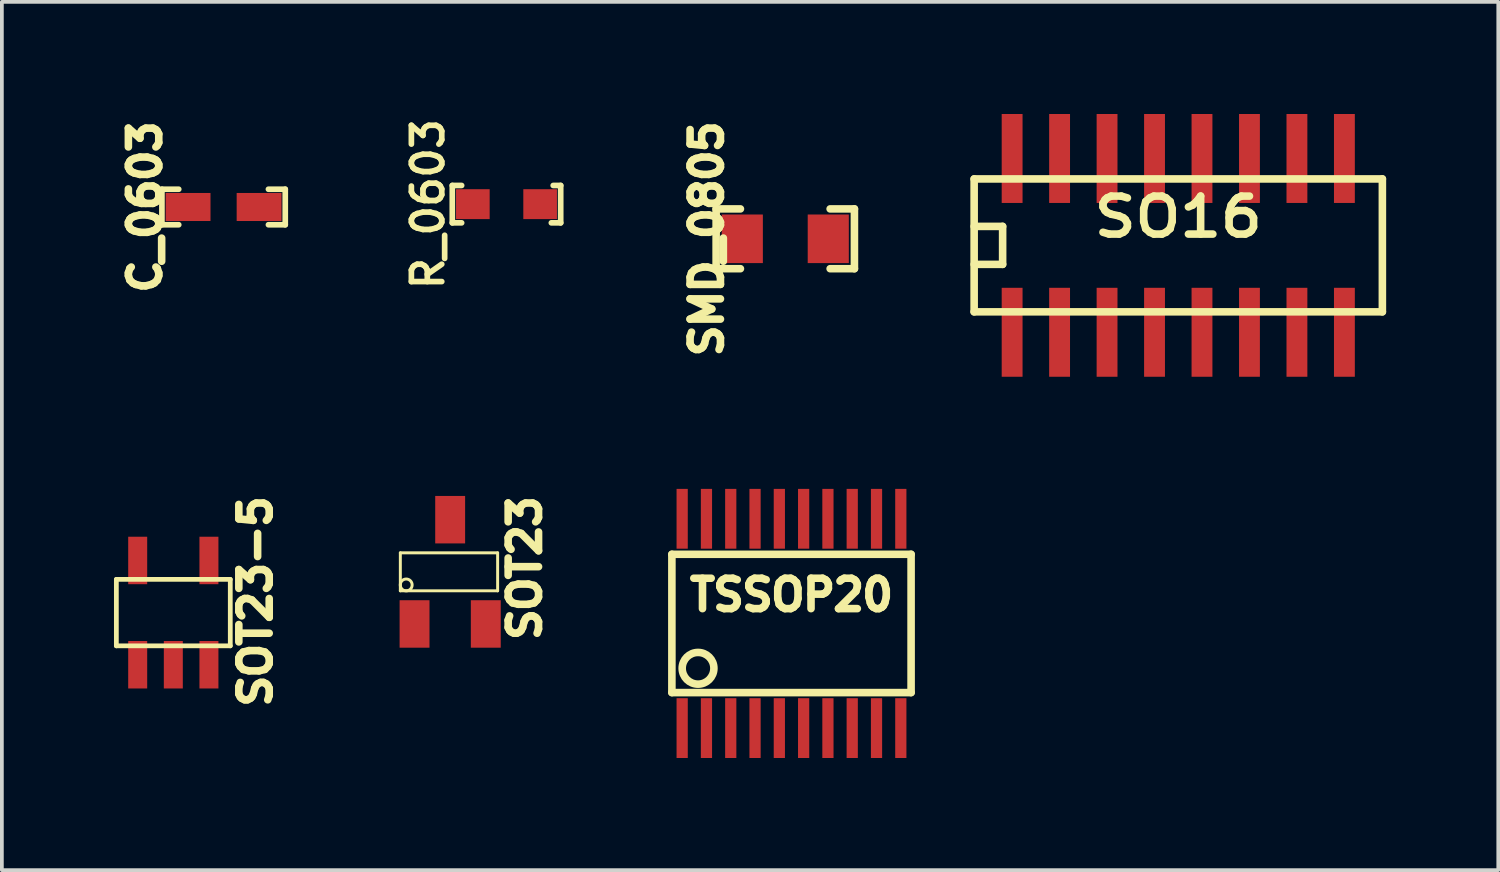
<source format=kicad_pcb>
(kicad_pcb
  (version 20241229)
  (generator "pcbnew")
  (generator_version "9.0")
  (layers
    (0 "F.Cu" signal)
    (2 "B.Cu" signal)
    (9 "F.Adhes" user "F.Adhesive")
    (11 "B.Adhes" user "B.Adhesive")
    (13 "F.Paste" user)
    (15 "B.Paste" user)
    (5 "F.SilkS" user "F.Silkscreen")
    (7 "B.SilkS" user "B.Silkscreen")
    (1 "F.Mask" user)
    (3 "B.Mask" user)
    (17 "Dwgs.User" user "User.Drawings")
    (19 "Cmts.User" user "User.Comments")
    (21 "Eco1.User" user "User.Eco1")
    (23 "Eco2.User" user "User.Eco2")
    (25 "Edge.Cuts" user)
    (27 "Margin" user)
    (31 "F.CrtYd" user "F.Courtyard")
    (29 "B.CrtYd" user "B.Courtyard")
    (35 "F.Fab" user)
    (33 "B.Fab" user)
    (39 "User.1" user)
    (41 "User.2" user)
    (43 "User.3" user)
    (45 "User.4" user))
  (footprint "TSSOP20"
    (layer "F.Cu")
    (at 18.126 13.63)
    (property "Reference" "TSSOP20" (at 0 -0.762 0) (layer "F.SilkS") (effects (font (size 0.813 0.813) (thickness 0.203))))
    (attr smd)
    (fp_line (start -3.2 -1.85) (end 3.2 -1.85) (stroke (width 0.203) (type solid)) (layer "F.SilkS"))
    (fp_line (start -3.2 1.85) (end -3.2 -1.85) (stroke (width 0.203) (type solid)) (layer "F.SilkS"))
    (fp_line (start 3.2 -1.85) (end 3.2 1.85) (stroke (width 0.203) (type solid)) (layer "F.SilkS"))
    (fp_line (start 3.2 1.85) (end -3.2 1.85) (stroke (width 0.203) (type solid)) (layer "F.SilkS"))
    (fp_circle (center -2.5 1.2) (end -2.8 1.5) (stroke (width 0.203) (type solid)) (fill no) (layer "F.SilkS"))
    (pad "1" smd rect (at -2.925 2.8) (size 0.3 1.6) (layers "F.Cu" "F.Mask" "F.Paste"))
    (pad "2" smd rect (at -2.275 2.8) (size 0.3 1.6) (layers "F.Cu" "F.Mask" "F.Paste"))
    (pad "3" smd rect (at -1.625 2.8) (size 0.3 1.6) (layers "F.Cu" "F.Mask" "F.Paste"))
    (pad "4" smd rect (at -0.975 2.8) (size 0.3 1.6) (layers "F.Cu" "F.Mask" "F.Paste"))
    (pad "5" smd rect (at -0.325 2.8) (size 0.3 1.6) (layers "F.Cu" "F.Mask" "F.Paste"))
    (pad "6" smd rect (at 0.325 2.8) (size 0.3 1.6) (layers "F.Cu" "F.Mask" "F.Paste"))
    (pad "7" smd rect (at 0.975 2.8) (size 0.3 1.6) (layers "F.Cu" "F.Mask" "F.Paste"))
    (pad "8" smd rect (at 1.625 2.8) (size 0.3 1.6) (layers "F.Cu" "F.Mask" "F.Paste"))
    (pad "9" smd rect (at 2.275 2.8) (size 0.3 1.6) (layers "F.Cu" "F.Mask" "F.Paste"))
    (pad "10" smd rect (at 2.925 2.8) (size 0.3 1.6) (layers "F.Cu" "F.Mask" "F.Paste"))
    (pad "11" smd rect (at 2.925 -2.8) (size 0.3 1.6) (layers "F.Cu" "F.Mask" "F.Paste"))
    (pad "12" smd rect (at 2.275 -2.8) (size 0.3 1.6) (layers "F.Cu" "F.Mask" "F.Paste"))
    (pad "13" smd rect (at 1.625 -2.8) (size 0.3 1.6) (layers "F.Cu" "F.Mask" "F.Paste"))
    (pad "14" smd rect (at 0.975 -2.8) (size 0.3 1.6) (layers "F.Cu" "F.Mask" "F.Paste"))
    (pad "15" smd rect (at 0.325 -2.8) (size 0.3 1.6) (layers "F.Cu" "F.Mask" "F.Paste"))
    (pad "16" smd rect (at -0.325 -2.8) (size 0.3 1.6) (layers "F.Cu" "F.Mask" "F.Paste"))
    (pad "17" smd rect (at -0.975 -2.8) (size 0.3 1.6) (layers "F.Cu" "F.Mask" "F.Paste"))
    (pad "18" smd rect (at -1.625 -2.8) (size 0.3 1.6) (layers "F.Cu" "F.Mask" "F.Paste"))
    (pad "19" smd rect (at -2.275 -2.8) (size 0.3 1.6) (layers "F.Cu" "F.Mask" "F.Paste"))
    (pad "20" smd rect (at -2.925 -2.8) (size 0.3 1.6) (layers "F.Cu" "F.Mask" "F.Paste")))
  (footprint "SO16"
    (layer "F.Cu")
    (at 28.474 3.515)
    (property "Reference" "SO16" (at 0 -0.762 0) (layer "F.SilkS") (effects (font (size 1.016 1.143) (thickness 0.203))))
    (attr smd)
    (fp_line (start -5.461 -1.778) (end 5.461 -1.778) (stroke (width 0.203) (type solid)) (layer "F.SilkS"))
    (fp_line (start -5.461 -0.508) (end -4.699 -0.508) (stroke (width 0.203) (type solid)) (layer "F.SilkS"))
    (fp_line (start -5.461 1.778) (end -5.461 -1.778) (stroke (width 0.203) (type solid)) (layer "F.SilkS"))
    (fp_line (start -4.699 -0.508) (end -4.699 0.508) (stroke (width 0.203) (type solid)) (layer "F.SilkS"))
    (fp_line (start -4.699 0.508) (end -5.461 0.508) (stroke (width 0.203) (type solid)) (layer "F.SilkS"))
    (fp_line (start 5.461 -1.778) (end 5.461 1.778) (stroke (width 0.203) (type solid)) (layer "F.SilkS"))
    (fp_line (start 5.461 1.778) (end -5.461 1.778) (stroke (width 0.203) (type solid)) (layer "F.SilkS"))
    (pad "1" smd rect (at -4.445 2.325) (size 0.558 2.38) (layers "F.Cu" "F.Mask" "F.Paste"))
    (pad "2" smd rect (at -3.175 2.325) (size 0.558 2.38) (layers "F.Cu" "F.Mask" "F.Paste"))
    (pad "3" smd rect (at -1.905 2.325) (size 0.558 2.38) (layers "F.Cu" "F.Mask" "F.Paste"))
    (pad "4" smd rect (at -0.635 2.325) (size 0.558 2.38) (layers "F.Cu" "F.Mask" "F.Paste"))
    (pad "5" smd rect (at 0.635 2.325) (size 0.558 2.38) (layers "F.Cu" "F.Mask" "F.Paste"))
    (pad "6" smd rect (at 1.905 2.325) (size 0.558 2.38) (layers "F.Cu" "F.Mask" "F.Paste"))
    (pad "7" smd rect (at 3.175 2.325) (size 0.558 2.38) (layers "F.Cu" "F.Mask" "F.Paste"))
    (pad "8" smd rect (at 4.445 2.325) (size 0.558 2.38) (layers "F.Cu" "F.Mask" "F.Paste"))
    (pad "9" smd rect (at 4.445 -2.325) (size 0.558 2.38) (layers "F.Cu" "F.Mask" "F.Paste"))
    (pad "10" smd rect (at 3.175 -2.325) (size 0.558 2.38) (layers "F.Cu" "F.Mask" "F.Paste"))
    (pad "11" smd rect (at 1.905 -2.325) (size 0.558 2.38) (layers "F.Cu" "F.Mask" "F.Paste"))
    (pad "12" smd rect (at 0.635 -2.325) (size 0.558 2.38) (layers "F.Cu" "F.Mask" "F.Paste"))
    (pad "13" smd rect (at -0.635 -2.325) (size 0.558 2.38) (layers "F.Cu" "F.Mask" "F.Paste"))
    (pad "14" smd rect (at -1.905 -2.325) (size 0.558 2.38) (layers "F.Cu" "F.Mask" "F.Paste"))
    (pad "15" smd rect (at -3.175 -2.325) (size 0.558 2.38) (layers "F.Cu" "F.Mask" "F.Paste"))
    (pad "16" smd rect (at -4.445 -2.325) (size 0.558 2.38) (layers "F.Cu" "F.Mask" "F.Paste")))
  (footprint "SMD_0805"
    (layer "F.Cu")
    (at 17.96 3.339)
    (property "Reference" "SMD_0805" (at -2.1 0 90) (layer "F.SilkS") (effects (font (size 0.813 0.813) (thickness 0.203))))
    (attr through_hole)
    (fp_line (start -1.85 -0.8) (end -1.85 0.8) (stroke (width 0.203) (type solid)) (layer "F.SilkS"))
    (fp_line (start -1.85 0.8) (end -1.2 0.8) (stroke (width 0.203) (type solid)) (layer "F.SilkS"))
    (fp_line (start -1.2 -0.8) (end -1.85 -0.8) (stroke (width 0.203) (type solid)) (layer "F.SilkS"))
    (fp_line (start 1.2 0.8) (end 1.85 0.8) (stroke (width 0.203) (type solid)) (layer "F.SilkS"))
    (fp_line (start 1.85 -0.8) (end 1.2 -0.8) (stroke (width 0.203) (type solid)) (layer "F.SilkS"))
    (fp_line (start 1.85 0.8) (end 1.85 -0.8) (stroke (width 0.203) (type solid)) (layer "F.SilkS"))
    (pad "1" smd rect (at -1.15 0) (size 1.1 1.3) (layers "F.Cu" "F.Mask" "F.Paste"))
    (pad "2" smd rect (at 1.15 0) (size 1.1 1.3) (layers "F.Cu" "F.Mask" "F.Paste")))
  (footprint "SOT23-5"
    (layer "F.Cu")
    (at 1.587 13.34)
    (property "Reference" "SOT23-5" (at 2.2 -0.3 90) (layer "F.SilkS") (effects (font (size 0.813 0.813) (thickness 0.203))))
    (attr smd)
    (fp_line (start -1.524 -0.889) (end 1.524 -0.889) (stroke (width 0.127) (type solid)) (layer "F.SilkS"))
    (fp_line (start -1.524 0.889) (end -1.524 -0.889) (stroke (width 0.127) (type solid)) (layer "F.SilkS"))
    (fp_line (start 1.524 -0.889) (end 1.524 0.889) (stroke (width 0.127) (type solid)) (layer "F.SilkS"))
    (fp_line (start 1.524 0.889) (end -1.524 0.889) (stroke (width 0.127) (type solid)) (layer "F.SilkS"))
    (pad "1" smd rect (at -0.953 1.395) (size 0.508 1.27) (layers "F.Cu" "F.Mask" "F.Paste"))
    (pad "2" smd rect (at 0 1.395) (size 0.508 1.27) (layers "F.Cu" "F.Mask" "F.Paste"))
    (pad "3" smd rect (at 0.953 1.395) (size 0.508 1.27) (layers "F.Cu" "F.Mask" "F.Paste"))
    (pad "4" smd rect (at 0.953 -1.395) (size 0.508 1.27) (layers "F.Cu" "F.Mask" "F.Paste"))
    (pad "5" smd rect (at -0.953 -1.395) (size 0.508 1.27) (layers "F.Cu" "F.Mask" "F.Paste")))
  (footprint "SOT23"
    (layer "F.Cu")
    (at 8.994 12.249)
    (property "Reference" "SOT23" (at 1.999 -0.099 90) (layer "F.SilkS") (effects (font (size 0.813 0.813) (thickness 0.203))))
    (attr through_hole)
    (fp_line (start -1.333 -0.508) (end -1.333 0.508) (stroke (width 0.079) (type solid)) (layer "F.SilkS"))
    (fp_line (start -1.333 -0.508) (end 1.27 -0.508) (stroke (width 0.079) (type solid)) (layer "F.SilkS"))
    (fp_line (start 1.27 -0.508) (end 1.27 0.508) (stroke (width 0.079) (type solid)) (layer "F.SilkS"))
    (fp_line (start 1.27 0.508) (end -1.333 0.508) (stroke (width 0.079) (type solid)) (layer "F.SilkS"))
    (fp_circle (center -1.176 0.351) (end -1.3 0.45) (stroke (width 0.079) (type solid)) (fill no) (layer "F.SilkS"))
    (pad "1" smd rect (at -0.953 1.395) (size 0.8 1.27) (layers "F.Cu" "F.Mask" "F.Paste"))
    (pad "2" smd rect (at 0.953 1.395) (size 0.8 1.27) (layers "F.Cu" "F.Mask" "F.Paste"))
    (pad "3" smd rect (at 0 -1.395) (size 0.8 1.27) (layers "F.Cu" "F.Mask" "F.Paste")))
  (footprint "C_0603"
    (layer "F.Cu")
    (at 2.932 2.488)
    (property "Reference" "C_0603" (at -2.1 0 90) (layer "F.SilkS") (effects (font (size 0.813 0.813) (thickness 0.203))))
    (attr through_hole)
    (fp_line (start -1.65 -0.475) (end -1.65 0.475) (stroke (width 0.152) (type solid)) (layer "F.SilkS"))
    (fp_line (start -1.65 0.475) (end -1.2 0.475) (stroke (width 0.152) (type solid)) (layer "F.SilkS"))
    (fp_line (start -1.2 -0.475) (end -1.65 -0.475) (stroke (width 0.152) (type solid)) (layer "F.SilkS"))
    (fp_line (start 1.2 0.475) (end 1.65 0.475) (stroke (width 0.152) (type solid)) (layer "F.SilkS"))
    (fp_line (start 1.65 -0.475) (end 1.2 -0.475) (stroke (width 0.152) (type solid)) (layer "F.SilkS"))
    (fp_line (start 1.65 0.475) (end 1.65 -0.475) (stroke (width 0.152) (type solid)) (layer "F.SilkS"))
    (pad "1" smd rect (at -0.95 0) (size 1.2 0.75) (layers "F.Cu" "F.Mask" "F.Paste"))
    (pad "2" smd rect (at 0.95 0) (size 1.2 0.75) (layers "F.Cu" "F.Mask" "F.Paste")))
  (footprint "R_0603"
    (layer "F.Cu")
    (at 10.501 2.412)
    (property "Reference" "R_0603" (at -2.1 0 90) (layer "F.SilkS") (effects (font (size 0.813 0.813) (thickness 0.152))))
    (attr through_hole)
    (fp_line (start -1.45 -0.5) (end -1.45 0.5) (stroke (width 0.152) (type solid)) (layer "F.SilkS"))
    (fp_line (start -1.45 0.5) (end -1.2 0.5) (stroke (width 0.152) (type solid)) (layer "F.SilkS"))
    (fp_line (start -1.2 -0.5) (end -1.45 -0.5) (stroke (width 0.152) (type solid)) (layer "F.SilkS"))
    (fp_line (start 1.2 0.5) (end 1.45 0.5) (stroke (width 0.152) (type solid)) (layer "F.SilkS"))
    (fp_line (start 1.45 -0.5) (end 1.25 -0.5) (stroke (width 0.152) (type solid)) (layer "F.SilkS"))
    (fp_line (start 1.45 0.5) (end 1.45 -0.5) (stroke (width 0.152) (type solid)) (layer "F.SilkS"))
    (pad "1" smd rect (at -0.9 0) (size 0.9 0.8) (layers "F.Cu" "F.Mask" "F.Paste"))
    (pad "2" smd rect (at 0.9 0) (size 0.9 0.8) (layers "F.Cu" "F.Mask" "F.Paste")))
  (gr_rect
    (start -3 -3)
    (end 37.036 20.23)
    (stroke (width 0.1) (type default))
    (fill no)
    (layer "Edge.Cuts")))
</source>
